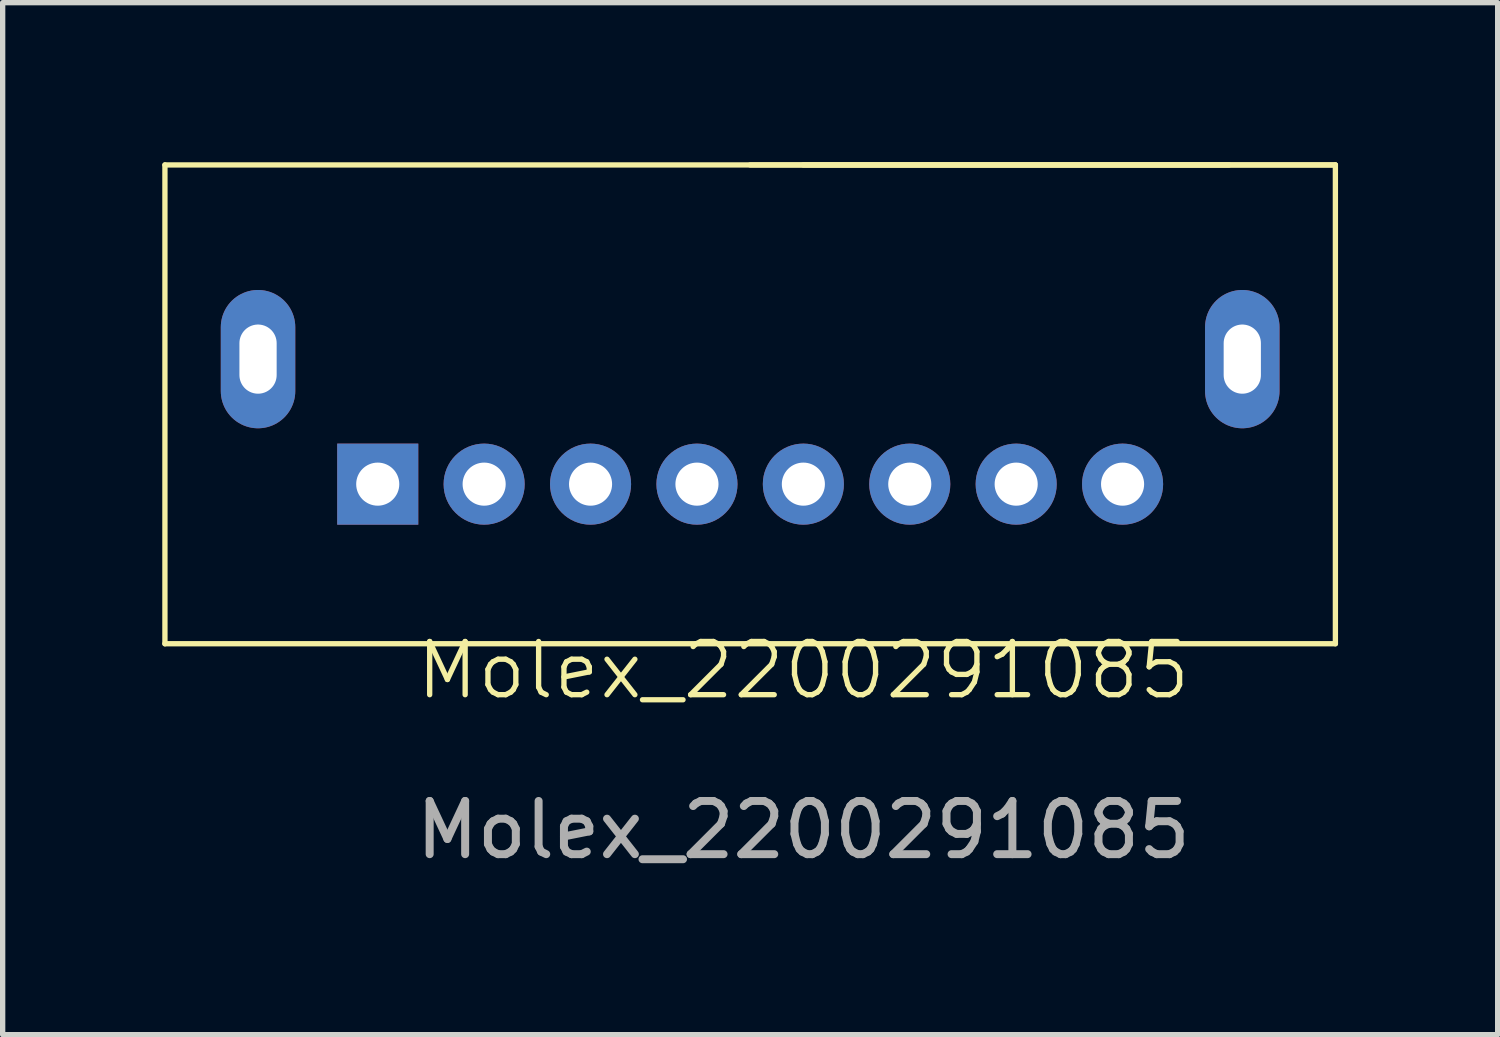
<source format=kicad_pcb>
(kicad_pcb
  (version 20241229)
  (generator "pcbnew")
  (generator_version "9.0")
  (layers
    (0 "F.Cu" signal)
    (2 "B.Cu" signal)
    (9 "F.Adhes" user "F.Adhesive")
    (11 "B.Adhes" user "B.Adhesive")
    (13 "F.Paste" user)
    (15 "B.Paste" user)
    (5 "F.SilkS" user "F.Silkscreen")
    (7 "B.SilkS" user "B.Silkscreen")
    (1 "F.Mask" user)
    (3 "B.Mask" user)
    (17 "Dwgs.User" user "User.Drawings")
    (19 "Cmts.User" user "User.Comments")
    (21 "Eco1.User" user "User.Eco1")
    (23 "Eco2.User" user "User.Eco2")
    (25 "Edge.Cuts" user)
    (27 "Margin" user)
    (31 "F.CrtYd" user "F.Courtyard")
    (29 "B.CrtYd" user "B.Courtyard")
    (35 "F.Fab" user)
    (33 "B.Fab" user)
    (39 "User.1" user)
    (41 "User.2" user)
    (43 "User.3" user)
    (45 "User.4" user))
  (footprint "Molex_2200291085"
    (layer "F.Cu")
    (at 12.05 10.05)
    (property "Reference" "Molex_2200291085" (at 0 -0.5 0) (unlocked yes) (layer "F.SilkS") (effects (font (size 1 1) (thickness 0.1))))
    (attr through_hole)
    (fp_line (start -12 -10) (end -12 -1) (stroke (width 0.1) (type default)) (layer "F.SilkS"))
    (fp_line (start -12 -1) (end 10 -1) (stroke (width 0.1) (type default)) (layer "F.SilkS"))
    (fp_line (start -1 -10) (end 10 -10) (stroke (width 0.1) (type default)) (layer "F.SilkS"))
    (fp_line (start 0 -10) (end 8 -10) (stroke (width 0.1) (type default)) (layer "F.SilkS"))
    (fp_line (start 10 -10) (end -12 -10) (stroke (width 0.1) (type default)) (layer "F.SilkS"))
    (fp_line (start 10 -1) (end 10 -10) (stroke (width 0.1) (type default)) (layer "F.SilkS"))
    (fp_text user "${REFERENCE}" (at 0 2.5 0) (unlocked yes) (layer "F.Fab") (effects (font (size 1 1) (thickness 0.15))))
    (pad "1" thru_hole rect (at -8 -4 90) (size 1.524 1.524) (drill 0.81) (layers "*.Cu" "*.Mask"))
    (pad "2" thru_hole circle (at -6 -4 90) (size 1.524 1.524) (drill 0.81) (layers "*.Cu" "*.Mask"))
    (pad "3" thru_hole circle (at -4 -4 90) (size 1.524 1.524) (drill 0.81) (layers "*.Cu" "*.Mask"))
    (pad "4" thru_hole circle (at -2 -4 90) (size 1.524 1.524) (drill 0.81) (layers "*.Cu" "*.Mask"))
    (pad "5" thru_hole circle (at 0 -4 90) (size 1.524 1.524) (drill 0.81) (layers "*.Cu" "*.Mask"))
    (pad "6" thru_hole circle (at 2 -4 90) (size 1.524 1.524) (drill 0.81) (layers "*.Cu" "*.Mask"))
    (pad "7" thru_hole circle (at 4 -4 90) (size 1.524 1.524) (drill 0.81) (layers "*.Cu" "*.Mask"))
    (pad "8" thru_hole circle (at 6 -4 90) (size 1.524 1.524) (drill 0.81) (layers "*.Cu" "*.Mask"))
    (pad "9" thru_hole oval (at -10.25 -6.35 270) (size 2.6 1.4) (drill oval 1.3 0.7) (layers "*.Cu" "*.Mask"))
    (pad "9" thru_hole oval (at 8.25 -6.35 270) (size 2.6 1.4) (drill oval 1.3 0.7) (layers "*.Cu" "*.Mask")))
  (gr_rect
    (start -3 -3)
    (end 25.1 16.398)
    (stroke (width 0.1) (type default))
    (fill no)
    (layer "Edge.Cuts")))
</source>
